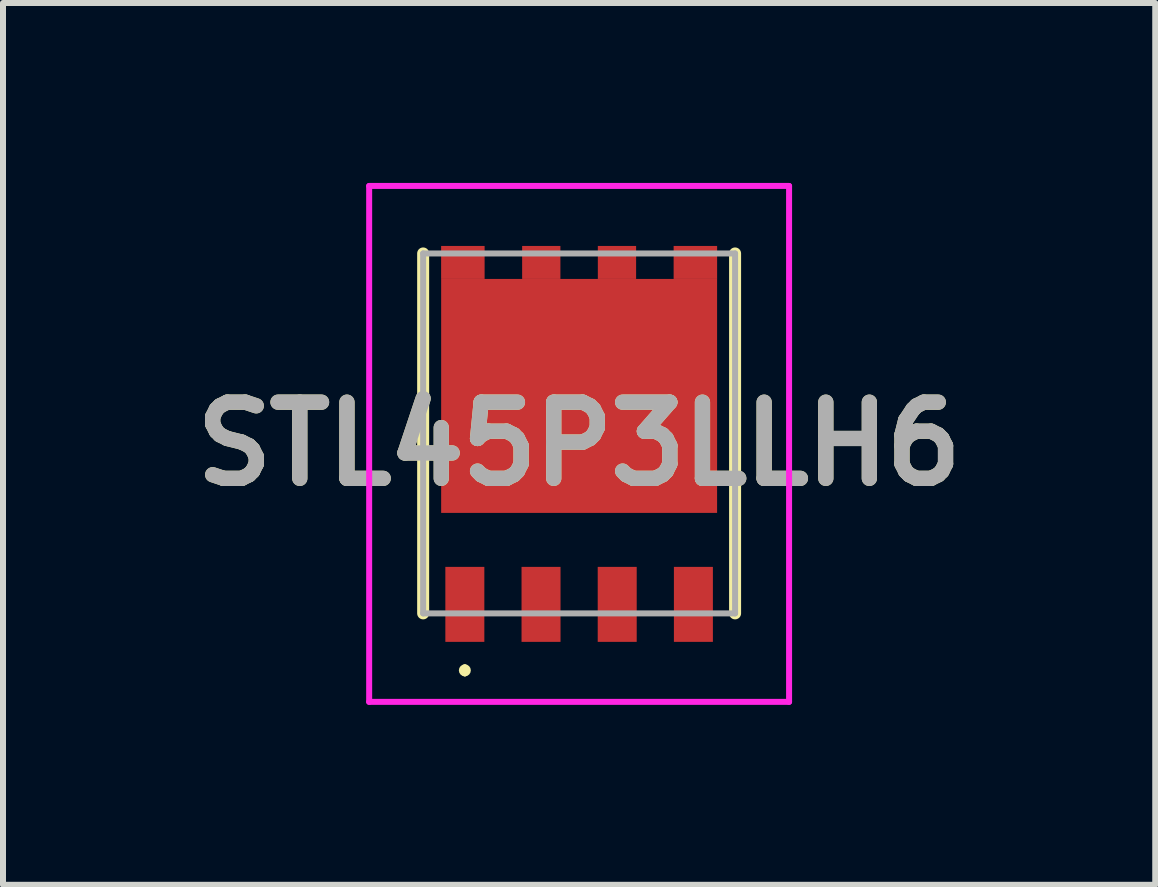
<source format=kicad_pcb>
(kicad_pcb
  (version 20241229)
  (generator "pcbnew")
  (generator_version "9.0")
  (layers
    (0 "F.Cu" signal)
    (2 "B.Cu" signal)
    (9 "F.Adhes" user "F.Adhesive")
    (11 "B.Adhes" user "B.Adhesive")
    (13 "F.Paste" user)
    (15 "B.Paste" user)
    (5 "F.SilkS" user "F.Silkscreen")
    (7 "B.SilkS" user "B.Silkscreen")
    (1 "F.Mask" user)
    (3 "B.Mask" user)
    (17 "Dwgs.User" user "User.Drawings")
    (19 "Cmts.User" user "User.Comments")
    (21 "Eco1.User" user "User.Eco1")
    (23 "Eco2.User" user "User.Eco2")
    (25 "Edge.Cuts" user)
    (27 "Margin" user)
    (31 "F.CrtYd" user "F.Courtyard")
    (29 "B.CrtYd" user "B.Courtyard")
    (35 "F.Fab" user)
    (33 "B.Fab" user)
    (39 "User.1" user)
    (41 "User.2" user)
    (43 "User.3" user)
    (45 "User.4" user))
  (footprint "STL45P3LLH6"
    (layer "F.Cu")
    (at 6.604 4.175)
    (property "Reference" "STL45P3LLH6" (at 0 0.175 0) (layer "F.SilkS") (effects (font (size 1.27 1.27) (thickness 0.254))))
    (attr smd)
    (fp_line (start -2.6 -3) (end -2.6 3) (stroke (width 0.2) (type solid)) (layer "F.SilkS"))
    (fp_line (start -1.905 3.9) (end -1.905 3.9) (stroke (width 0.1) (type solid)) (layer "F.SilkS"))
    (fp_line (start -1.905 4) (end -1.905 4) (stroke (width 0.1) (type solid)) (layer "F.SilkS"))
    (fp_line (start 2.6 -3) (end 2.6 3) (stroke (width 0.2) (type solid)) (layer "F.SilkS"))
    (fp_arc (start -1.905 3.9) (mid -1.855 3.95) (end -1.905 4) (stroke (width 0.1) (type solid)) (layer "F.SilkS"))
    (fp_arc (start -1.905 4) (mid -1.955 3.95) (end -1.905 3.9) (stroke (width 0.1) (type solid)) (layer "F.SilkS"))
    (fp_line (start -3.5 -4.125) (end 3.5 -4.125) (stroke (width 0.1) (type solid)) (layer "F.CrtYd"))
    (fp_line (start -3.5 4.475) (end -3.5 -4.125) (stroke (width 0.1) (type solid)) (layer "F.CrtYd"))
    (fp_line (start 3.5 -4.125) (end 3.5 4.475) (stroke (width 0.1) (type solid)) (layer "F.CrtYd"))
    (fp_line (start 3.5 4.475) (end -3.5 4.475) (stroke (width 0.1) (type solid)) (layer "F.CrtYd"))
    (fp_line (start -2.6 -3) (end 2.6 -3) (stroke (width 0.1) (type solid)) (layer "F.Fab"))
    (fp_line (start -2.6 3) (end -2.6 -3) (stroke (width 0.1) (type solid)) (layer "F.Fab"))
    (fp_line (start 2.6 -3) (end 2.6 3) (stroke (width 0.1) (type solid)) (layer "F.Fab"))
    (fp_line (start 2.6 3) (end -2.6 3) (stroke (width 0.1) (type solid)) (layer "F.Fab"))
    (fp_text user "${REFERENCE}" (at 0 0.175 0) (layer "F.Fab") (effects (font (size 1.27 1.27) (thickness 0.254))))
    (pad "1" smd rect (at -1.905 2.85) (size 0.65 1.25) (layers "F.Cu" "F.Mask" "F.Paste"))
    (pad "2" smd rect (at -0.635 2.85) (size 0.65 1.25) (layers "F.Cu" "F.Mask" "F.Paste"))
    (pad "3" smd rect (at 0.635 2.85) (size 0.65 1.25) (layers "F.Cu" "F.Mask" "F.Paste"))
    (pad "4" smd rect (at 1.905 2.85) (size 0.65 1.25) (layers "F.Cu" "F.Mask" "F.Paste"))
    (pad "5" smd rect (at 1.938 -2.85 90) (size 0.55 0.725) (layers "F.Cu" "F.Mask" "F.Paste"))
    (pad "6" smd rect (at 0.631 -2.85 90) (size 0.55 0.638) (layers "F.Cu" "F.Mask" "F.Paste"))
    (pad "7" smd rect (at -0.631 -2.85 90) (size 0.55 0.638) (layers "F.Cu" "F.Mask" "F.Paste"))
    (pad "8" smd rect (at -1.938 -2.85 90) (size 0.55 0.725) (layers "F.Cu" "F.Mask" "F.Paste"))
    (pad "9" smd rect (at 0 -0.625 90) (size 3.9 4.6) (layers "F.Cu" "F.Mask" "F.Paste")))
  (gr_rect
    (start -3 -3)
    (end 16.208 11.7)
    (stroke (width 0.1) (type default))
    (fill no)
    (layer "Edge.Cuts")))
</source>
